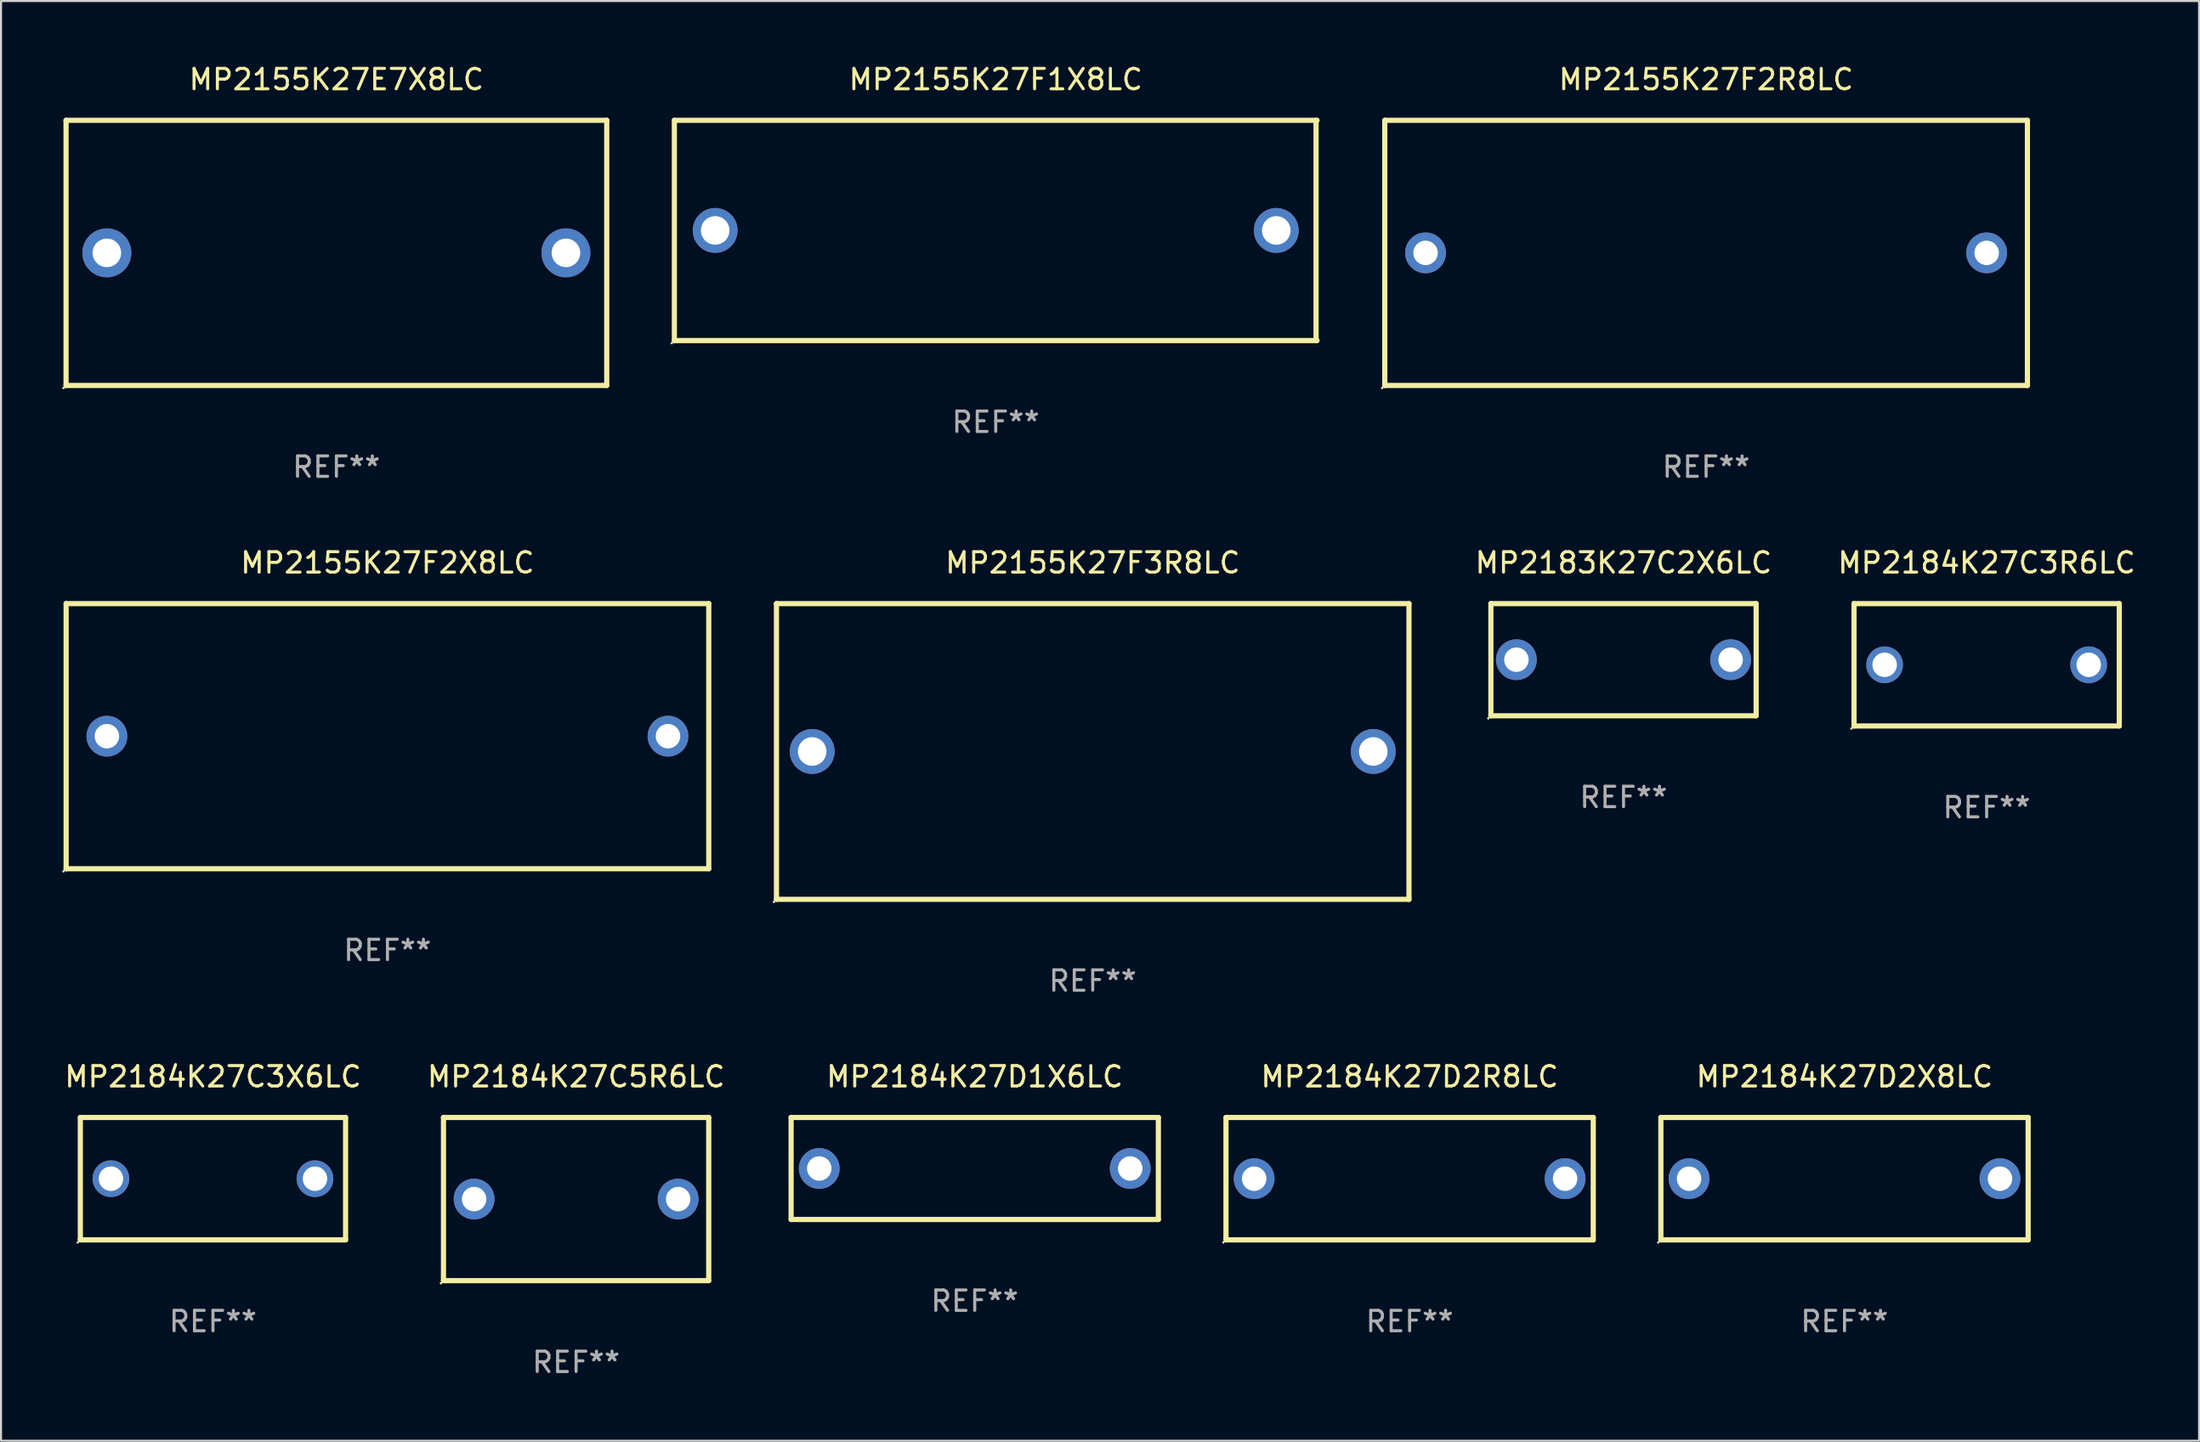
<source format=kicad_pcb>
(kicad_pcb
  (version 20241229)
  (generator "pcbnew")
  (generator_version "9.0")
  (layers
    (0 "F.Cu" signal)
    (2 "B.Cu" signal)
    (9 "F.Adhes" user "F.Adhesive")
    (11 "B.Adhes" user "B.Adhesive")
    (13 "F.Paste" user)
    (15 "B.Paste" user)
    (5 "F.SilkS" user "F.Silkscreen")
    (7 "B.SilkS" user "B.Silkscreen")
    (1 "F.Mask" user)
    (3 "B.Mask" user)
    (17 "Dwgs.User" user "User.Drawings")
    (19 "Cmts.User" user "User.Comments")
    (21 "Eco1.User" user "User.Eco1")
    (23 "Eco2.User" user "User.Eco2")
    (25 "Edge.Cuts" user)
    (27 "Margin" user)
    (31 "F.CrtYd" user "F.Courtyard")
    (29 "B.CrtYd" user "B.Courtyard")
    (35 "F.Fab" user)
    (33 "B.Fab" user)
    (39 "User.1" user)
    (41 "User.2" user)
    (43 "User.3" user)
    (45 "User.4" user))
  (footprint "MP2155K27E7X8LC"
    (layer "F.Cu")
    (at 13.437 9.348)
    (property "Reference" "MP2155K27E7X8LC" (at 0 -8.5 0) (layer "F.SilkS") (effects (font (size 1 1) (thickness 0.15))))
    (attr through_hole)
    (fp_line (start -13.25 -6.5) (end 13.25 -6.5) (stroke (width 0.254) (type solid)) (layer "F.SilkS"))
    (fp_line (start -13.25 6.5) (end -13.25 -6.5) (stroke (width 0.254) (type solid)) (layer "F.SilkS"))
    (fp_line (start 13.25 -6.5) (end 13.25 6.5) (stroke (width 0.254) (type solid)) (layer "F.SilkS"))
    (fp_line (start 13.25 6.5) (end -13.25 6.5) (stroke (width 0.254) (type solid)) (layer "F.SilkS"))
    (fp_circle (center -13.377 6.627) (end -13.347 6.627) (stroke (width 0.06) (type solid)) (fill no) (layer "F.SilkS"))
    (fp_text user "REF**" (at 0 10.5 0) (layer "F.Fab") (effects (font (size 1 1) (thickness 0.15))))
    (pad "1" thru_hole circle (at -11.25 0) (size 2.4 2.4) (drill 1.4) (layers "*.Cu" "*.Mask"))
    (pad "2" thru_hole circle (at 11.25 0) (size 2.4 2.4) (drill 1.4) (layers "*.Cu" "*.Mask")))
  (footprint "MP2155K27F3R8LC"
    (layer "F.Cu")
    (at 50.505 33.795)
    (property "Reference" "MP2155K27F3R8LC" (at 0 -9.25 0) (layer "F.SilkS") (effects (font (size 1 1) (thickness 0.15))))
    (attr through_hole)
    (fp_line (start -15.5 -7.25) (end 15.5 -7.25) (stroke (width 0.254) (type solid)) (layer "F.SilkS"))
    (fp_line (start -15.5 7.25) (end -15.5 -7.25) (stroke (width 0.254) (type solid)) (layer "F.SilkS"))
    (fp_line (start 15.5 -7.25) (end 15.5 7.25) (stroke (width 0.254) (type solid)) (layer "F.SilkS"))
    (fp_line (start 15.5 7.25) (end -15.5 7.25) (stroke (width 0.254) (type solid)) (layer "F.SilkS"))
    (fp_circle (center -15.627 7.377) (end -15.597 7.377) (stroke (width 0.06) (type solid)) (fill no) (layer "F.SilkS"))
    (fp_text user "REF**" (at 0 11.25 0) (layer "F.Fab") (effects (font (size 1 1) (thickness 0.15))))
    (pad "1" thru_hole circle (at -13.75 -0.000013) (size 2.2 2.2) (drill 1.4) (layers "*.Cu" "*.Mask"))
    (pad "2" thru_hole circle (at 13.75 -0.000013) (size 2.2 2.2) (drill 1.4) (layers "*.Cu" "*.Mask")))
  (footprint "MP2184K27C5R6LC"
    (layer "F.Cu")
    (at 25.185 55.741)
    (property "Reference" "MP2184K27C5R6LC" (at 0 -6 0) (layer "F.SilkS") (effects (font (size 1 1) (thickness 0.15))))
    (attr through_hole)
    (fp_line (start -6.5 -4) (end -6.5 4) (stroke (width 0.254) (type solid)) (layer "F.SilkS"))
    (fp_line (start -6.5 -4) (end 6.5 -4) (stroke (width 0.254) (type solid)) (layer "F.SilkS"))
    (fp_line (start 6.5 4) (end -6.5 4) (stroke (width 0.254) (type solid)) (layer "F.SilkS"))
    (fp_line (start 6.5 4) (end 6.5 -4) (stroke (width 0.254) (type solid)) (layer "F.SilkS"))
    (fp_circle (center -6.627 4.127) (end -6.597 4.127) (stroke (width 0.06) (type solid)) (fill no) (layer "F.SilkS"))
    (fp_text user "REF**" (at 0 8 0) (layer "F.Fab") (effects (font (size 1 1) (thickness 0.15))))
    (pad "1" thru_hole circle (at -4.999 0) (size 2 2) (drill 1.2) (layers "*.Cu" "*.Mask"))
    (pad "2" thru_hole circle (at 5.001 0) (size 2 2) (drill 1.2) (layers "*.Cu" "*.Mask")))
  (footprint "MP2184K27C3X6LC"
    (layer "F.Cu")
    (at 7.387 54.741)
    (property "Reference" "MP2184K27C3X6LC" (at 0 -5 0) (layer "F.SilkS") (effects (font (size 1 1) (thickness 0.15))))
    (attr through_hole)
    (fp_line (start -6.5 -3) (end 6.5 -3) (stroke (width 0.254) (type solid)) (layer "F.SilkS"))
    (fp_line (start -6.5 3) (end -6.5 -3) (stroke (width 0.254) (type solid)) (layer "F.SilkS"))
    (fp_line (start -6.5 3) (end 6.5 3) (stroke (width 0.254) (type solid)) (layer "F.SilkS"))
    (fp_line (start 6.5 -3) (end 6.5 3) (stroke (width 0.254) (type solid)) (layer "F.SilkS"))
    (fp_circle (center -6.627 3.127) (end -6.597 3.127) (stroke (width 0.06) (type solid)) (fill no) (layer "F.SilkS"))
    (fp_text user "REF**" (at 0 7 0) (layer "F.Fab") (effects (font (size 1 1) (thickness 0.15))))
    (pad "1" thru_hole circle (at -5 0) (size 1.8 1.8) (drill 1.2) (layers "*.Cu" "*.Mask"))
    (pad "2" thru_hole circle (at 5 0) (size 1.8 1.8) (drill 1.2) (layers "*.Cu" "*.Mask")))
  (footprint "MP2183K27C2X6LC"
    (layer "F.Cu")
    (at 76.519 29.295)
    (property "Reference" "MP2183K27C2X6LC" (at 0 -4.75 0) (layer "F.SilkS") (effects (font (size 1 1) (thickness 0.15))))
    (attr through_hole)
    (fp_line (start -6.5 -2.75) (end -6.5 2.75) (stroke (width 0.254) (type solid)) (layer "F.SilkS"))
    (fp_line (start -6.5 -2.75) (end 6.5 -2.75) (stroke (width 0.254) (type solid)) (layer "F.SilkS"))
    (fp_line (start 6.5 -2.75) (end 6.5 2.75) (stroke (width 0.254) (type solid)) (layer "F.SilkS"))
    (fp_line (start 6.5 2.75) (end -6.5 2.75) (stroke (width 0.254) (type solid)) (layer "F.SilkS"))
    (fp_circle (center -6.627 2.877) (end -6.597 2.877) (stroke (width 0.06) (type solid)) (fill no) (layer "F.SilkS"))
    (fp_text user "REF**" (at 0 6.75 0) (layer "F.Fab") (effects (font (size 1 1) (thickness 0.15))))
    (pad "1" thru_hole circle (at -5.25 0) (size 2 2) (drill 1.2) (layers "*.Cu" "*.Mask"))
    (pad "2" thru_hole circle (at 5.25 0) (size 2 2) (drill 1.2) (layers "*.Cu" "*.Mask")))
  (footprint "MP2184K27D1X6LC"
    (layer "F.Cu")
    (at 44.722 54.241)
    (property "Reference" "MP2184K27D1X6LC" (at 0 -4.5 0) (layer "F.SilkS") (effects (font (size 1 1) (thickness 0.15))))
    (attr through_hole)
    (fp_line (start -9 -2.5) (end 9 -2.5) (stroke (width 0.254) (type solid)) (layer "F.SilkS"))
    (fp_line (start -9 2.5) (end -9 -2.5) (stroke (width 0.254) (type solid)) (layer "F.SilkS"))
    (fp_line (start 9 -2.5) (end 9 2.5) (stroke (width 0.254) (type solid)) (layer "F.SilkS"))
    (fp_line (start 9 2.5) (end -9 2.5) (stroke (width 0.254) (type solid)) (layer "F.SilkS"))
    (fp_circle (center -9 2.5) (end -8.97 2.5) (stroke (width 0.06) (type solid)) (fill no) (layer "F.SilkS"))
    (fp_text user "REF**" (at 0 6.5 0) (layer "F.Fab") (effects (font (size 1 1) (thickness 0.15))))
    (pad "1" thru_hole circle (at -7.62 -0.000127) (size 2 2) (drill 1.2) (layers "*.Cu" "*.Mask"))
    (pad "2" thru_hole circle (at 7.62 -0.000127) (size 2 2) (drill 1.2) (layers "*.Cu" "*.Mask")))
  (footprint "MP2184K27C3R6LC"
    (layer "F.Cu")
    (at 94.317 29.545)
    (property "Reference" "MP2184K27C3R6LC" (at 0 -5 0) (layer "F.SilkS") (effects (font (size 1 1) (thickness 0.15))))
    (attr through_hole)
    (fp_line (start -6.5 -3) (end 6.5 -3) (stroke (width 0.254) (type solid)) (layer "F.SilkS"))
    (fp_line (start -6.5 3) (end -6.5 -3) (stroke (width 0.254) (type solid)) (layer "F.SilkS"))
    (fp_line (start -6.5 3) (end 6.5 3) (stroke (width 0.254) (type solid)) (layer "F.SilkS"))
    (fp_line (start 6.5 -3) (end 6.5 3) (stroke (width 0.254) (type solid)) (layer "F.SilkS"))
    (fp_circle (center -6.627 3.127) (end -6.597 3.127) (stroke (width 0.06) (type solid)) (fill no) (layer "F.SilkS"))
    (fp_text user "REF**" (at 0 7 0) (layer "F.Fab") (effects (font (size 1 1) (thickness 0.15))))
    (pad "1" thru_hole circle (at -5 0) (size 1.8 1.8) (drill 1.2) (layers "*.Cu" "*.Mask"))
    (pad "2" thru_hole circle (at 5 0) (size 1.8 1.8) (drill 1.2) (layers "*.Cu" "*.Mask")))
  (footprint "MP2184K27D2X8LC"
    (layer "F.Cu")
    (at 87.35 54.741)
    (property "Reference" "MP2184K27D2X8LC" (at 0 -5 0) (layer "F.SilkS") (effects (font (size 1 1) (thickness 0.15))))
    (attr through_hole)
    (fp_line (start -9 -3) (end 9 -3) (stroke (width 0.254) (type solid)) (layer "F.SilkS"))
    (fp_line (start -9 3) (end -9 -3) (stroke (width 0.254) (type solid)) (layer "F.SilkS"))
    (fp_line (start 9 -3) (end 9 3) (stroke (width 0.254) (type solid)) (layer "F.SilkS"))
    (fp_line (start 9 3) (end -9 3) (stroke (width 0.254) (type solid)) (layer "F.SilkS"))
    (fp_circle (center -9.127 3.127) (end -9.097 3.127) (stroke (width 0.06) (type solid)) (fill no) (layer "F.SilkS"))
    (fp_text user "REF**" (at 0 7 0) (layer "F.Fab") (effects (font (size 1 1) (thickness 0.15))))
    (pad "1" thru_hole circle (at -7.62 0) (size 2 2) (drill 1.2) (layers "*.Cu" "*.Mask"))
    (pad "2" thru_hole circle (at 7.62 0) (size 2 2) (drill 1.2) (layers "*.Cu" "*.Mask")))
  (footprint "MP2155K27F2X8LC"
    (layer "F.Cu")
    (at 15.939 33.045)
    (property "Reference" "MP2155K27F2X8LC" (at 0 -8.5 0) (layer "F.SilkS") (effects (font (size 1 1) (thickness 0.15))))
    (attr through_hole)
    (fp_line (start -15.748 -6.5) (end 15.752 -6.5) (stroke (width 0.254) (type solid)) (layer "F.SilkS"))
    (fp_line (start -15.748 6.5) (end -15.748 -6.5) (stroke (width 0.254) (type solid)) (layer "F.SilkS"))
    (fp_line (start 15.748 -6.5) (end 15.748 6.5) (stroke (width 0.254) (type solid)) (layer "F.SilkS"))
    (fp_line (start 15.748 6.5) (end -15.752 6.5) (stroke (width 0.254) (type solid)) (layer "F.SilkS"))
    (fp_circle (center -15.879 6.627) (end -15.849 6.627) (stroke (width 0.06) (type solid)) (fill no) (layer "F.SilkS"))
    (fp_text user "REF**" (at 0 10.5 0) (layer "F.Fab") (effects (font (size 1 1) (thickness 0.15))))
    (pad "1" thru_hole circle (at -13.75 0) (size 2 2) (drill 1.2) (layers "*.Cu" "*.Mask"))
    (pad "2" thru_hole circle (at 13.75 0) (size 2 2) (drill 1.2) (layers "*.Cu" "*.Mask")))
  (footprint "MP2155K27F2R8LC"
    (layer "F.Cu")
    (at 80.567 9.348)
    (property "Reference" "MP2155K27F2R8LC" (at 0 -8.5 0) (layer "F.SilkS") (effects (font (size 1 1) (thickness 0.15))))
    (attr through_hole)
    (fp_line (start -15.748 -6.5) (end 15.752 -6.5) (stroke (width 0.254) (type solid)) (layer "F.SilkS"))
    (fp_line (start -15.748 6.5) (end -15.748 -6.5) (stroke (width 0.254) (type solid)) (layer "F.SilkS"))
    (fp_line (start 15.748 -6.5) (end 15.748 6.5) (stroke (width 0.254) (type solid)) (layer "F.SilkS"))
    (fp_line (start 15.748 6.5) (end -15.752 6.5) (stroke (width 0.254) (type solid)) (layer "F.SilkS"))
    (fp_circle (center -15.879 6.627) (end -15.849 6.627) (stroke (width 0.06) (type solid)) (fill no) (layer "F.SilkS"))
    (fp_text user "REF**" (at 0 10.5 0) (layer "F.Fab") (effects (font (size 1 1) (thickness 0.15))))
    (pad "1" thru_hole circle (at -13.75 0) (size 2 2) (drill 1.2) (layers "*.Cu" "*.Mask"))
    (pad "2" thru_hole circle (at 13.75 0) (size 2 2) (drill 1.2) (layers "*.Cu" "*.Mask")))
  (footprint "MP2155K27F1X8LC"
    (layer "F.Cu")
    (at 45.751 8.248)
    (property "Reference" "MP2155K27F1X8LC" (at 0 -7.4 0) (layer "F.SilkS") (effects (font (size 1 1) (thickness 0.15))))
    (attr through_hole)
    (fp_line (start -15.75 -5.4) (end 15.75 -5.4) (stroke (width 0.254) (type solid)) (layer "F.SilkS"))
    (fp_line (start -15.75 5.4) (end -15.75 -5.4) (stroke (width 0.254) (type solid)) (layer "F.SilkS"))
    (fp_line (start 15.7 -5.4) (end 15.7 5.4) (stroke (width 0.254) (type solid)) (layer "F.SilkS"))
    (fp_line (start 15.75 5.4) (end -15.75 5.4) (stroke (width 0.254) (type solid)) (layer "F.SilkS"))
    (fp_circle (center -15.877 5.527) (end -15.847 5.527) (stroke (width 0.06) (type solid)) (fill no) (layer "F.SilkS"))
    (fp_text user "REF**" (at 0 9.4 0) (layer "F.Fab") (effects (font (size 1 1) (thickness 0.15))))
    (pad "1" thru_hole circle (at -13.75 0) (size 2.2 2.2) (drill 1.4) (layers "*.Cu" "*.Mask"))
    (pad "2" thru_hole circle (at 13.75 0) (size 2.2 2.2) (drill 1.4) (layers "*.Cu" "*.Mask")))
  (footprint "MP2184K27D2R8LC"
    (layer "F.Cu")
    (at 66.036 54.741)
    (property "Reference" "MP2184K27D2R8LC" (at 0 -5 0) (layer "F.SilkS") (effects (font (size 1 1) (thickness 0.15))))
    (attr through_hole)
    (fp_line (start -9 -3) (end 9 -3) (stroke (width 0.254) (type solid)) (layer "F.SilkS"))
    (fp_line (start -9 3) (end -9 -3) (stroke (width 0.254) (type solid)) (layer "F.SilkS"))
    (fp_line (start 9 -3) (end 9 3) (stroke (width 0.254) (type solid)) (layer "F.SilkS"))
    (fp_line (start 9 3) (end -9 3) (stroke (width 0.254) (type solid)) (layer "F.SilkS"))
    (fp_circle (center -9.127 3.127) (end -9.097 3.127) (stroke (width 0.06) (type solid)) (fill no) (layer "F.SilkS"))
    (fp_text user "REF**" (at 0 7 0) (layer "F.Fab") (effects (font (size 1 1) (thickness 0.15))))
    (pad "1" thru_hole circle (at -7.62 0) (size 2 2) (drill 1.2) (layers "*.Cu" "*.Mask"))
    (pad "2" thru_hole circle (at 7.62 0) (size 2 2) (drill 1.2) (layers "*.Cu" "*.Mask")))
  (gr_rect
    (start -3 -3)
    (end 104.727 67.59)
    (stroke (width 0.1) (type default))
    (fill no)
    (layer "Edge.Cuts")))
</source>
